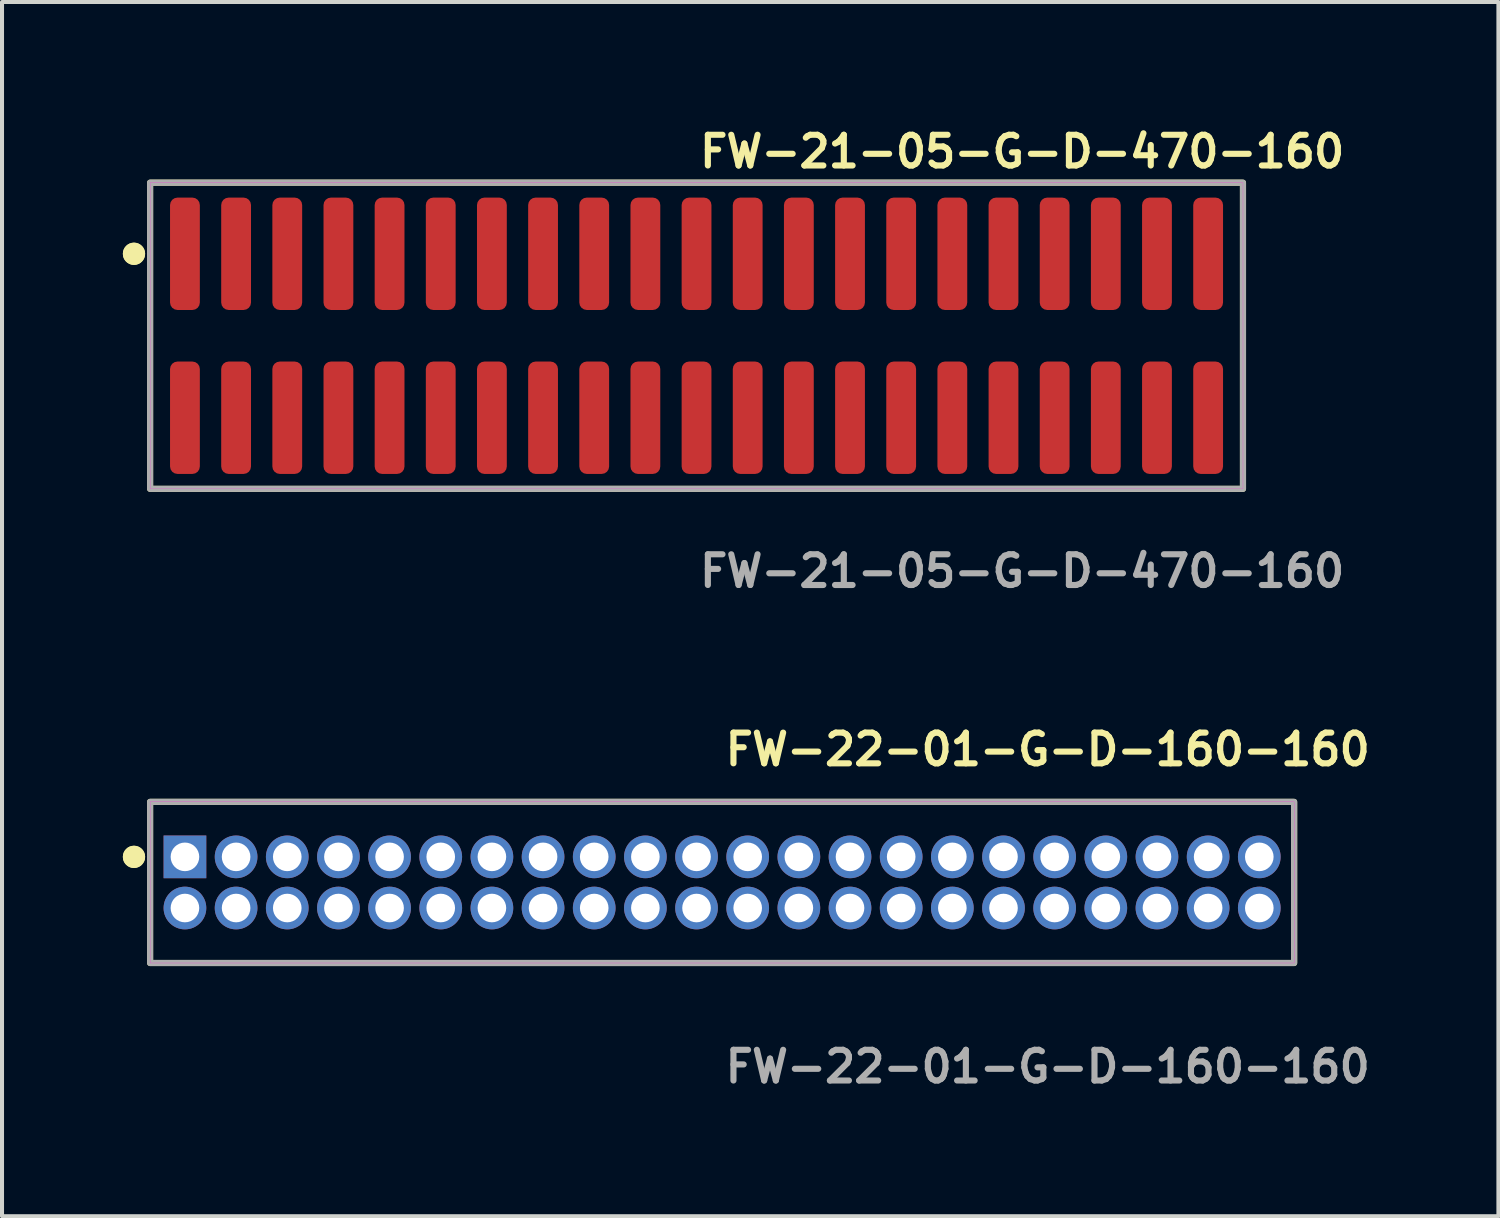
<source format=kicad_pcb>
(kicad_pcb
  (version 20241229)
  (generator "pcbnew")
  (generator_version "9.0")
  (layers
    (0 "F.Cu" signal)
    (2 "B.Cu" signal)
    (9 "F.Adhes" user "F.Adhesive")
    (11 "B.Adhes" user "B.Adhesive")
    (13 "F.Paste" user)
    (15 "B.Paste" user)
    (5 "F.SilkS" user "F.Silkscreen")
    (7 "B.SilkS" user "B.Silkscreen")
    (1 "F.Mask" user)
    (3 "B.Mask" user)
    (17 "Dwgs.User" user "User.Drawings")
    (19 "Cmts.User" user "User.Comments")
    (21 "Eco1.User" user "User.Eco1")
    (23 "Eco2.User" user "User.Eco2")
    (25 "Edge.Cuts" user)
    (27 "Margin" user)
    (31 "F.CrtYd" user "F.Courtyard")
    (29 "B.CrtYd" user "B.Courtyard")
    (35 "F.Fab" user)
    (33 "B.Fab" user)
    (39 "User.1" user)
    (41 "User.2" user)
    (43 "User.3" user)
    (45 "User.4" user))
  (footprint "FW-22-01-G-D-160-160"
    (layer "F.Cu")
    (at 14.876 18.856)
    (property "Reference" "FW-22-01-G-D-160-160" (at 0 -3.302 0) (unlocked yes) (layer "F.SilkS") (effects (font (size 0.762 0.762) (thickness 0.152)) (justify left)))
    (fp_rect (start -14.2 2) (end 14.2 -2) (stroke (width 0.152) (type solid)) (fill no) (layer "F.SilkS"))
    (fp_circle (center -14.6 -0.635) (end -14.8 -0.635) (stroke (width 0.152) (type solid)) (fill yes) (layer "F.SilkS"))
    (fp_circle (center -14.6 -0.635) (end -14.8 -0.635) (stroke (width 0.152) (type solid)) (fill yes) (layer "F.SilkS"))
    (fp_rect (start -14.2 2) (end 14.2 -2) (stroke (width 0.006) (type solid)) (fill no) (layer "F.CrtYd"))
    (fp_rect (start -14.2 2) (end 14.2 -2) (stroke (width 0.152) (type solid)) (fill no) (layer "F.Fab"))
    (fp_text user "${REFERENCE}" (at 0 4.572 0) (unlocked yes) (layer "F.Fab") (effects (font (size 0.762 0.762) (thickness 0.152)) (justify left)))
    (pad "1" thru_hole rect (at -13.335 -0.635) (size 1.06 1.06) (drill 0.71) (layers "*.Cu" "*.Mask"))
    (pad "2" thru_hole circle (at -13.335 0.635) (size 1.06 1.06) (drill 0.71) (layers "*.Cu" "*.Mask"))
    (pad "3" thru_hole circle (at -12.065 -0.635) (size 1.06 1.06) (drill 0.71) (layers "*.Cu" "*.Mask"))
    (pad "4" thru_hole circle (at -12.065 0.635) (size 1.06 1.06) (drill 0.71) (layers "*.Cu" "*.Mask"))
    (pad "5" thru_hole circle (at -10.795 -0.635) (size 1.06 1.06) (drill 0.71) (layers "*.Cu" "*.Mask"))
    (pad "6" thru_hole circle (at -10.795 0.635) (size 1.06 1.06) (drill 0.71) (layers "*.Cu" "*.Mask"))
    (pad "7" thru_hole circle (at -9.525 -0.635) (size 1.06 1.06) (drill 0.71) (layers "*.Cu" "*.Mask"))
    (pad "8" thru_hole circle (at -9.525 0.635) (size 1.06 1.06) (drill 0.71) (layers "*.Cu" "*.Mask"))
    (pad "9" thru_hole circle (at -8.255 -0.635) (size 1.06 1.06) (drill 0.71) (layers "*.Cu" "*.Mask"))
    (pad "10" thru_hole circle (at -8.255 0.635) (size 1.06 1.06) (drill 0.71) (layers "*.Cu" "*.Mask"))
    (pad "11" thru_hole circle (at -6.985 -0.635) (size 1.06 1.06) (drill 0.71) (layers "*.Cu" "*.Mask"))
    (pad "12" thru_hole circle (at -6.985 0.635) (size 1.06 1.06) (drill 0.71) (layers "*.Cu" "*.Mask"))
    (pad "13" thru_hole circle (at -5.715 -0.635) (size 1.06 1.06) (drill 0.71) (layers "*.Cu" "*.Mask"))
    (pad "14" thru_hole circle (at -5.715 0.635) (size 1.06 1.06) (drill 0.71) (layers "*.Cu" "*.Mask"))
    (pad "15" thru_hole circle (at -4.445 -0.635) (size 1.06 1.06) (drill 0.71) (layers "*.Cu" "*.Mask"))
    (pad "16" thru_hole circle (at -4.445 0.635) (size 1.06 1.06) (drill 0.71) (layers "*.Cu" "*.Mask"))
    (pad "17" thru_hole circle (at -3.175 -0.635) (size 1.06 1.06) (drill 0.71) (layers "*.Cu" "*.Mask"))
    (pad "18" thru_hole circle (at -3.175 0.635) (size 1.06 1.06) (drill 0.71) (layers "*.Cu" "*.Mask"))
    (pad "19" thru_hole circle (at -1.905 -0.635) (size 1.06 1.06) (drill 0.71) (layers "*.Cu" "*.Mask"))
    (pad "20" thru_hole circle (at -1.905 0.635) (size 1.06 1.06) (drill 0.71) (layers "*.Cu" "*.Mask"))
    (pad "21" thru_hole circle (at -0.635 -0.635) (size 1.06 1.06) (drill 0.71) (layers "*.Cu" "*.Mask"))
    (pad "22" thru_hole circle (at -0.635 0.635) (size 1.06 1.06) (drill 0.71) (layers "*.Cu" "*.Mask"))
    (pad "23" thru_hole circle (at 0.635 -0.635) (size 1.06 1.06) (drill 0.71) (layers "*.Cu" "*.Mask"))
    (pad "24" thru_hole circle (at 0.635 0.635) (size 1.06 1.06) (drill 0.71) (layers "*.Cu" "*.Mask"))
    (pad "25" thru_hole circle (at 1.905 -0.635) (size 1.06 1.06) (drill 0.71) (layers "*.Cu" "*.Mask"))
    (pad "26" thru_hole circle (at 1.905 0.635) (size 1.06 1.06) (drill 0.71) (layers "*.Cu" "*.Mask"))
    (pad "27" thru_hole circle (at 3.175 -0.635) (size 1.06 1.06) (drill 0.71) (layers "*.Cu" "*.Mask"))
    (pad "28" thru_hole circle (at 3.175 0.635) (size 1.06 1.06) (drill 0.71) (layers "*.Cu" "*.Mask"))
    (pad "29" thru_hole circle (at 4.445 -0.635) (size 1.06 1.06) (drill 0.71) (layers "*.Cu" "*.Mask"))
    (pad "30" thru_hole circle (at 4.445 0.635) (size 1.06 1.06) (drill 0.71) (layers "*.Cu" "*.Mask"))
    (pad "31" thru_hole circle (at 5.715 -0.635) (size 1.06 1.06) (drill 0.71) (layers "*.Cu" "*.Mask"))
    (pad "32" thru_hole circle (at 5.715 0.635) (size 1.06 1.06) (drill 0.71) (layers "*.Cu" "*.Mask"))
    (pad "33" thru_hole circle (at 6.985 -0.635) (size 1.06 1.06) (drill 0.71) (layers "*.Cu" "*.Mask"))
    (pad "34" thru_hole circle (at 6.985 0.635) (size 1.06 1.06) (drill 0.71) (layers "*.Cu" "*.Mask"))
    (pad "35" thru_hole circle (at 8.255 -0.635) (size 1.06 1.06) (drill 0.71) (layers "*.Cu" "*.Mask"))
    (pad "36" thru_hole circle (at 8.255 0.635) (size 1.06 1.06) (drill 0.71) (layers "*.Cu" "*.Mask"))
    (pad "37" thru_hole circle (at 9.525 -0.635) (size 1.06 1.06) (drill 0.71) (layers "*.Cu" "*.Mask"))
    (pad "38" thru_hole circle (at 9.525 0.635) (size 1.06 1.06) (drill 0.71) (layers "*.Cu" "*.Mask"))
    (pad "39" thru_hole circle (at 10.795 -0.635) (size 1.06 1.06) (drill 0.71) (layers "*.Cu" "*.Mask"))
    (pad "40" thru_hole circle (at 10.795 0.635) (size 1.06 1.06) (drill 0.71) (layers "*.Cu" "*.Mask"))
    (pad "41" thru_hole circle (at 12.065 -0.635) (size 1.06 1.06) (drill 0.71) (layers "*.Cu" "*.Mask"))
    (pad "42" thru_hole circle (at 12.065 0.635) (size 1.06 1.06) (drill 0.71) (layers "*.Cu" "*.Mask"))
    (pad "43" thru_hole circle (at 13.335 -0.635) (size 1.06 1.06) (drill 0.71) (layers "*.Cu" "*.Mask"))
    (pad "44" thru_hole circle (at 13.335 0.635) (size 1.06 1.06) (drill 0.71) (layers "*.Cu" "*.Mask")))
  (footprint "FW-21-05-G-D-470-160"
    (layer "F.Cu")
    (at 14.241 5.285)
    (property "Reference" "FW-21-05-G-D-470-160" (at 0 -4.572 0) (unlocked yes) (layer "F.SilkS") (effects (font (size 0.762 0.762) (thickness 0.152)) (justify left)))
    (fp_rect (start -13.565 3.8) (end 13.565 -3.8) (stroke (width 0.152) (type solid)) (fill no) (layer "F.SilkS"))
    (fp_circle (center -13.965 -2.035) (end -14.165 -2.035) (stroke (width 0.152) (type solid)) (fill yes) (layer "F.SilkS"))
    (fp_circle (center -13.965 -2.035) (end -14.165 -2.035) (stroke (width 0.152) (type solid)) (fill yes) (layer "F.SilkS"))
    (fp_rect (start -13.565 3.8) (end 13.565 -3.8) (stroke (width 0.006) (type solid)) (fill no) (layer "F.CrtYd"))
    (fp_rect (start -13.565 3.8) (end 13.565 -3.8) (stroke (width 0.152) (type solid)) (fill no) (layer "F.Fab"))
    (fp_text user "${REFERENCE}" (at 0 5.842 0) (unlocked yes) (layer "F.Fab") (effects (font (size 0.762 0.762) (thickness 0.152)) (justify left)))
    (pad "1" smd roundrect (at -12.7 -2.035) (size 0.74 2.79) (layers "F.Cu" "F.Paste") (roundrect_rratio 0.25))
    (pad "2" smd roundrect (at -12.7 2.035) (size 0.74 2.79) (layers "F.Cu" "F.Paste") (roundrect_rratio 0.25))
    (pad "3" smd roundrect (at -11.43 -2.035) (size 0.74 2.79) (layers "F.Cu" "F.Paste") (roundrect_rratio 0.25))
    (pad "4" smd roundrect (at -11.43 2.035) (size 0.74 2.79) (layers "F.Cu" "F.Paste") (roundrect_rratio 0.25))
    (pad "5" smd roundrect (at -10.16 -2.035) (size 0.74 2.79) (layers "F.Cu" "F.Paste") (roundrect_rratio 0.25))
    (pad "6" smd roundrect (at -10.16 2.035) (size 0.74 2.79) (layers "F.Cu" "F.Paste") (roundrect_rratio 0.25))
    (pad "7" smd roundrect (at -8.89 -2.035) (size 0.74 2.79) (layers "F.Cu" "F.Paste") (roundrect_rratio 0.25))
    (pad "8" smd roundrect (at -8.89 2.035) (size 0.74 2.79) (layers "F.Cu" "F.Paste") (roundrect_rratio 0.25))
    (pad "9" smd roundrect (at -7.62 -2.035) (size 0.74 2.79) (layers "F.Cu" "F.Paste") (roundrect_rratio 0.25))
    (pad "10" smd roundrect (at -7.62 2.035) (size 0.74 2.79) (layers "F.Cu" "F.Paste") (roundrect_rratio 0.25))
    (pad "11" smd roundrect (at -6.35 -2.035) (size 0.74 2.79) (layers "F.Cu" "F.Paste") (roundrect_rratio 0.25))
    (pad "12" smd roundrect (at -6.35 2.035) (size 0.74 2.79) (layers "F.Cu" "F.Paste") (roundrect_rratio 0.25))
    (pad "13" smd roundrect (at -5.08 -2.035) (size 0.74 2.79) (layers "F.Cu" "F.Paste") (roundrect_rratio 0.25))
    (pad "14" smd roundrect (at -5.08 2.035) (size 0.74 2.79) (layers "F.Cu" "F.Paste") (roundrect_rratio 0.25))
    (pad "15" smd roundrect (at -3.81 -2.035) (size 0.74 2.79) (layers "F.Cu" "F.Paste") (roundrect_rratio 0.25))
    (pad "16" smd roundrect (at -3.81 2.035) (size 0.74 2.79) (layers "F.Cu" "F.Paste") (roundrect_rratio 0.25))
    (pad "17" smd roundrect (at -2.54 -2.035) (size 0.74 2.79) (layers "F.Cu" "F.Paste") (roundrect_rratio 0.25))
    (pad "18" smd roundrect (at -2.54 2.035) (size 0.74 2.79) (layers "F.Cu" "F.Paste") (roundrect_rratio 0.25))
    (pad "19" smd roundrect (at -1.27 -2.035) (size 0.74 2.79) (layers "F.Cu" "F.Paste") (roundrect_rratio 0.25))
    (pad "20" smd roundrect (at -1.27 2.035) (size 0.74 2.79) (layers "F.Cu" "F.Paste") (roundrect_rratio 0.25))
    (pad "21" smd roundrect (at 0 -2.035) (size 0.74 2.79) (layers "F.Cu" "F.Paste") (roundrect_rratio 0.25))
    (pad "22" smd roundrect (at 0 2.035) (size 0.74 2.79) (layers "F.Cu" "F.Paste") (roundrect_rratio 0.25))
    (pad "23" smd roundrect (at 1.27 -2.035) (size 0.74 2.79) (layers "F.Cu" "F.Paste") (roundrect_rratio 0.25))
    (pad "24" smd roundrect (at 1.27 2.035) (size 0.74 2.79) (layers "F.Cu" "F.Paste") (roundrect_rratio 0.25))
    (pad "25" smd roundrect (at 2.54 -2.035) (size 0.74 2.79) (layers "F.Cu" "F.Paste") (roundrect_rratio 0.25))
    (pad "26" smd roundrect (at 2.54 2.035) (size 0.74 2.79) (layers "F.Cu" "F.Paste") (roundrect_rratio 0.25))
    (pad "27" smd roundrect (at 3.81 -2.035) (size 0.74 2.79) (layers "F.Cu" "F.Paste") (roundrect_rratio 0.25))
    (pad "28" smd roundrect (at 3.81 2.035) (size 0.74 2.79) (layers "F.Cu" "F.Paste") (roundrect_rratio 0.25))
    (pad "29" smd roundrect (at 5.08 -2.035) (size 0.74 2.79) (layers "F.Cu" "F.Paste") (roundrect_rratio 0.25))
    (pad "30" smd roundrect (at 5.08 2.035) (size 0.74 2.79) (layers "F.Cu" "F.Paste") (roundrect_rratio 0.25))
    (pad "31" smd roundrect (at 6.35 -2.035) (size 0.74 2.79) (layers "F.Cu" "F.Paste") (roundrect_rratio 0.25))
    (pad "32" smd roundrect (at 6.35 2.035) (size 0.74 2.79) (layers "F.Cu" "F.Paste") (roundrect_rratio 0.25))
    (pad "33" smd roundrect (at 7.62 -2.035) (size 0.74 2.79) (layers "F.Cu" "F.Paste") (roundrect_rratio 0.25))
    (pad "34" smd roundrect (at 7.62 2.035) (size 0.74 2.79) (layers "F.Cu" "F.Paste") (roundrect_rratio 0.25))
    (pad "35" smd roundrect (at 8.89 -2.035) (size 0.74 2.79) (layers "F.Cu" "F.Paste") (roundrect_rratio 0.25))
    (pad "36" smd roundrect (at 8.89 2.035) (size 0.74 2.79) (layers "F.Cu" "F.Paste") (roundrect_rratio 0.25))
    (pad "37" smd roundrect (at 10.16 -2.035) (size 0.74 2.79) (layers "F.Cu" "F.Paste") (roundrect_rratio 0.25))
    (pad "38" smd roundrect (at 10.16 2.035) (size 0.74 2.79) (layers "F.Cu" "F.Paste") (roundrect_rratio 0.25))
    (pad "39" smd roundrect (at 11.43 -2.035) (size 0.74 2.79) (layers "F.Cu" "F.Paste") (roundrect_rratio 0.25))
    (pad "40" smd roundrect (at 11.43 2.035) (size 0.74 2.79) (layers "F.Cu" "F.Paste") (roundrect_rratio 0.25))
    (pad "41" smd roundrect (at 12.7 -2.035) (size 0.74 2.79) (layers "F.Cu" "F.Paste") (roundrect_rratio 0.25))
    (pad "42" smd roundrect (at 12.7 2.035) (size 0.74 2.79) (layers "F.Cu" "F.Paste") (roundrect_rratio 0.25)))
  (gr_rect
    (start -3 -3)
    (end 34.147 27.141)
    (stroke (width 0.1) (type default))
    (fill no)
    (layer "Edge.Cuts")))
</source>
